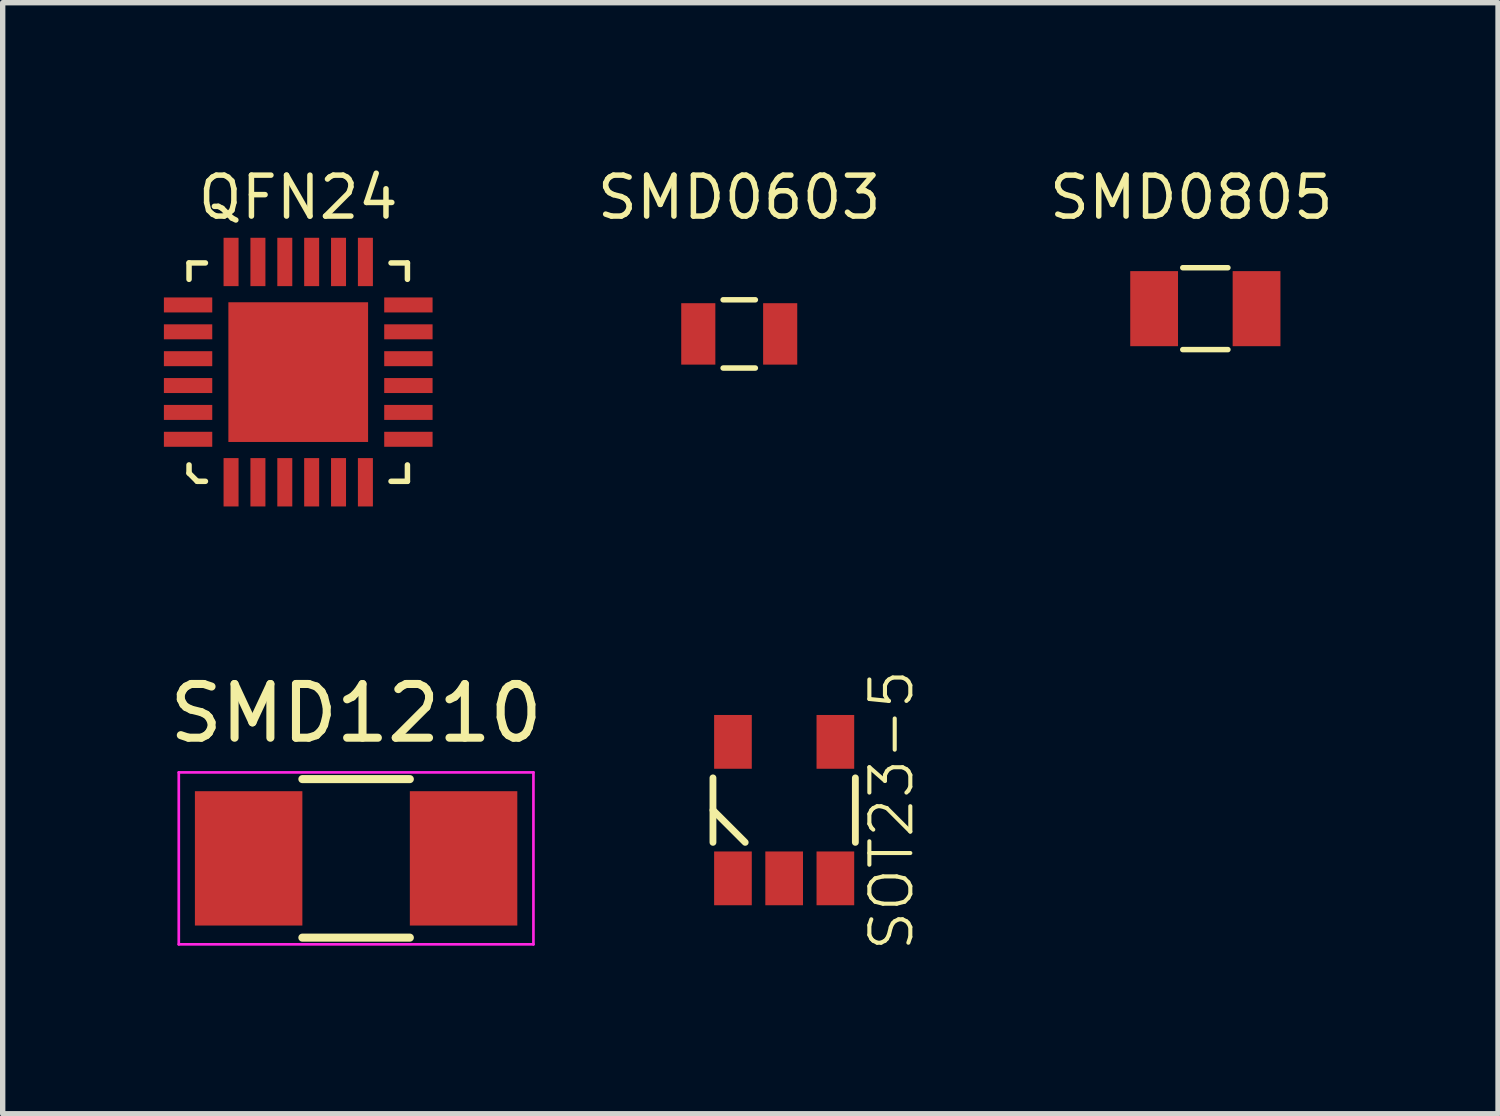
<source format=kicad_pcb>
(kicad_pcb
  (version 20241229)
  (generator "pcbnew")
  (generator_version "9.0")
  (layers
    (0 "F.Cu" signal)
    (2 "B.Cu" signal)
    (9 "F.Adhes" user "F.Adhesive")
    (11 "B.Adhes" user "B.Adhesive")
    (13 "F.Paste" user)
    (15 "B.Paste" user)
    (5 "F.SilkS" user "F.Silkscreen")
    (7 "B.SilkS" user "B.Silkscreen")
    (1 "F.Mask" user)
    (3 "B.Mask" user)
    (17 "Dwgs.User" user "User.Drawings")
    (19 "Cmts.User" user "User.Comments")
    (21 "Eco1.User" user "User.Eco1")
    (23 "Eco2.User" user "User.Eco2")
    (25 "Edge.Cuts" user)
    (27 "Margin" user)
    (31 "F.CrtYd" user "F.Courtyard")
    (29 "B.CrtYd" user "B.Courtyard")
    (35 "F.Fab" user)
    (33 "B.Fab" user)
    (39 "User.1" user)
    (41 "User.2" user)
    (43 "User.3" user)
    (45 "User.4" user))
  (footprint "SMD1210"
    (layer "F.Cu")
    (at 3.577 12.924)
    (property "Reference" "SMD1210" (at 0 -2.7 0) (layer "F.SilkS") (effects (font (size 1 1) (thickness 0.15))))
    (attr smd)
    (fp_line (start -1 1.475) (end 1 1.475) (stroke (width 0.15) (type solid)) (layer "F.SilkS"))
    (fp_line (start 1 -1.475) (end -1 -1.475) (stroke (width 0.15) (type solid)) (layer "F.SilkS"))
    (fp_line (start -3.3 -1.6) (end -3.3 1.6) (stroke (width 0.05) (type solid)) (layer "F.CrtYd"))
    (fp_line (start -3.3 -1.6) (end 3.3 -1.6) (stroke (width 0.05) (type solid)) (layer "F.CrtYd"))
    (fp_line (start -3.3 1.6) (end 3.3 1.6) (stroke (width 0.05) (type solid)) (layer "F.CrtYd"))
    (fp_line (start 3.3 -1.6) (end 3.3 1.6) (stroke (width 0.05) (type solid)) (layer "F.CrtYd"))
    (pad "1" smd rect (at -2 0) (size 2 2.5) (layers "F.Cu" "F.Mask" "F.Paste"))
    (pad "2" smd rect (at 2 0) (size 2 2.5) (layers "F.Cu" "F.Mask" "F.Paste")))
  (footprint "SMD0805"
    (layer "F.Cu")
    (at 19.381 2.694)
    (property "Reference" "SMD0805" (at -0.26 -2.07 0) (layer "F.SilkS") (effects (font (size 0.762 0.762) (thickness 0.102))))
    (attr smd)
    (fp_line (start -0.42 -0.762) (end 0.42 -0.762) (stroke (width 0.102) (type solid)) (layer "F.SilkS"))
    (fp_line (start 0.42 0.762) (end -0.42 0.762) (stroke (width 0.102) (type solid)) (layer "F.SilkS"))
    (pad "1" smd rect (at -0.953 0) (size 0.889 1.397) (layers "F.Cu" "F.Mask" "F.Paste"))
    (pad "2" smd rect (at 0.953 0) (size 0.889 1.397) (layers "F.Cu" "F.Mask" "F.Paste")))
  (footprint "QFN24"
    (layer "F.Cu")
    (at 2.5 3.875)
    (property "Reference" "QFN24" (at 0 -3.251 0) (layer "F.SilkS") (effects (font (size 0.762 0.762) (thickness 0.102))))
    (attr smd)
    (fp_line (start -2.032 -2.032) (end -2.032 -1.727) (stroke (width 0.102) (type solid)) (layer "F.SilkS"))
    (fp_line (start -2.032 -2.032) (end -1.727 -2.032) (stroke (width 0.102) (type solid)) (layer "F.SilkS"))
    (fp_line (start -2.032 1.727) (end -2.032 1.88) (stroke (width 0.102) (type solid)) (layer "F.SilkS"))
    (fp_line (start -2.032 1.88) (end -1.88 2.032) (stroke (width 0.102) (type solid)) (layer "F.SilkS"))
    (fp_line (start -1.88 2.032) (end -1.727 2.032) (stroke (width 0.102) (type solid)) (layer "F.SilkS"))
    (fp_line (start 2.032 -2.032) (end 1.727 -2.032) (stroke (width 0.102) (type solid)) (layer "F.SilkS"))
    (fp_line (start 2.032 -2.032) (end 2.032 -1.727) (stroke (width 0.102) (type solid)) (layer "F.SilkS"))
    (fp_line (start 2.032 2.032) (end 1.727 2.032) (stroke (width 0.102) (type solid)) (layer "F.SilkS"))
    (fp_line (start 2.032 2.032) (end 2.032 1.727) (stroke (width 0.102) (type solid)) (layer "F.SilkS"))
    (pad "1" smd rect (at -1.25 2.05) (size 0.279 0.9) (layers "F.Cu" "F.Mask" "F.Paste"))
    (pad "2" smd rect (at -0.75 2.05) (size 0.279 0.9) (layers "F.Cu" "F.Mask" "F.Paste"))
    (pad "3" smd rect (at -0.25 2.05) (size 0.279 0.9) (layers "F.Cu" "F.Mask" "F.Paste"))
    (pad "4" smd rect (at 0.25 2.05) (size 0.279 0.9) (layers "F.Cu" "F.Mask" "F.Paste"))
    (pad "5" smd rect (at 0.75 2.05) (size 0.279 0.9) (layers "F.Cu" "F.Mask" "F.Paste"))
    (pad "6" smd rect (at 1.25 2.05) (size 0.279 0.9) (layers "F.Cu" "F.Mask" "F.Paste"))
    (pad "7" smd rect (at 2.05 1.25 90) (size 0.279 0.9) (layers "F.Cu" "F.Mask" "F.Paste"))
    (pad "8" smd rect (at 2.05 0.75 90) (size 0.279 0.9) (layers "F.Cu" "F.Mask" "F.Paste"))
    (pad "9" smd rect (at 2.05 0.25 90) (size 0.279 0.9) (layers "F.Cu" "F.Mask" "F.Paste"))
    (pad "10" smd rect (at 2.05 -0.25 90) (size 0.279 0.9) (layers "F.Cu" "F.Mask" "F.Paste"))
    (pad "11" smd rect (at 2.05 -0.75 90) (size 0.279 0.9) (layers "F.Cu" "F.Mask" "F.Paste"))
    (pad "12" smd rect (at 2.05 -1.25 90) (size 0.279 0.9) (layers "F.Cu" "F.Mask" "F.Paste"))
    (pad "13" smd rect (at 1.25 -2.05 180) (size 0.279 0.9) (layers "F.Cu" "F.Mask" "F.Paste"))
    (pad "14" smd rect (at 0.75 -2.05 180) (size 0.279 0.9) (layers "F.Cu" "F.Mask" "F.Paste"))
    (pad "15" smd rect (at 0.25 -2.05 180) (size 0.279 0.9) (layers "F.Cu" "F.Mask" "F.Paste"))
    (pad "16" smd rect (at -0.25 -2.05 180) (size 0.279 0.9) (layers "F.Cu" "F.Mask" "F.Paste"))
    (pad "17" smd rect (at -0.75 -2.05 180) (size 0.279 0.9) (layers "F.Cu" "F.Mask" "F.Paste"))
    (pad "18" smd rect (at -1.25 -2.05 180) (size 0.279 0.9) (layers "F.Cu" "F.Mask" "F.Paste"))
    (pad "19" smd rect (at -2.05 -1.25 270) (size 0.279 0.9) (layers "F.Cu" "F.Mask" "F.Paste"))
    (pad "20" smd rect (at -2.05 -0.75 270) (size 0.279 0.9) (layers "F.Cu" "F.Mask" "F.Paste"))
    (pad "21" smd rect (at -2.05 -0.25 270) (size 0.279 0.9) (layers "F.Cu" "F.Mask" "F.Paste"))
    (pad "22" smd rect (at -2.05 0.25 270) (size 0.279 0.9) (layers "F.Cu" "F.Mask" "F.Paste"))
    (pad "23" smd rect (at -2.05 0.75 270) (size 0.279 0.9) (layers "F.Cu" "F.Mask" "F.Paste"))
    (pad "24" smd rect (at -2.05 1.25 270) (size 0.279 0.9) (layers "F.Cu" "F.Mask" "F.Paste"))
    (pad "PAD" smd rect (at 0 0) (size 2.6 2.6) (layers "F.Cu" "F.Mask" "F.Paste")))
  (footprint "SOT23-5"
    (layer "F.Cu")
    (at 11.543 12.026)
    (property "Reference" "SOT23-5" (at 1.999 0 90) (layer "F.SilkS") (effects (font (size 0.762 0.762) (thickness 0.076))))
    (attr through_hole)
    (fp_line (start -1.325 0.6) (end -1.325 -0.6) (stroke (width 0.127) (type solid)) (layer "F.SilkS"))
    (fp_line (start -0.725 0.6) (end -1.325 0) (stroke (width 0.127) (type solid)) (layer "F.SilkS"))
    (fp_line (start 1.325 -0.6) (end 1.325 0.6) (stroke (width 0.127) (type solid)) (layer "F.SilkS"))
    (pad "1" smd rect (at -0.953 1.27) (size 0.701 1.001) (layers "F.Cu" "F.Mask" "F.Paste"))
    (pad "2" smd rect (at 0 1.27) (size 0.701 1.001) (layers "F.Cu" "F.Mask" "F.Paste"))
    (pad "3" smd rect (at 0.953 1.27) (size 0.701 1.001) (layers "F.Cu" "F.Mask" "F.Paste"))
    (pad "4" smd rect (at 0.953 -1.27) (size 0.701 1.001) (layers "F.Cu" "F.Mask" "F.Paste"))
    (pad "5" smd rect (at -0.953 -1.27) (size 0.701 1.001) (layers "F.Cu" "F.Mask" "F.Paste")))
  (footprint "SMD0603"
    (layer "F.Cu")
    (at 10.707 3.164)
    (property "Reference" "SMD0603" (at 0 -2.54 0) (layer "F.SilkS") (effects (font (size 0.762 0.762) (thickness 0.102))))
    (attr smd)
    (fp_line (start -0.3 -0.635) (end 0.3 -0.635) (stroke (width 0.102) (type solid)) (layer "F.SilkS"))
    (fp_line (start 0.3 0.635) (end -0.3 0.635) (stroke (width 0.102) (type solid)) (layer "F.SilkS"))
    (pad "1" smd rect (at -0.762 0) (size 0.635 1.143) (layers "F.Cu" "F.Mask" "F.Paste"))
    (pad "2" smd rect (at 0.762 0) (size 0.635 1.143) (layers "F.Cu" "F.Mask" "F.Paste")))
  (gr_rect
    (start -3 -3)
    (end 24.828 17.677)
    (stroke (width 0.1) (type default))
    (fill no)
    (layer "Edge.Cuts")))
</source>
